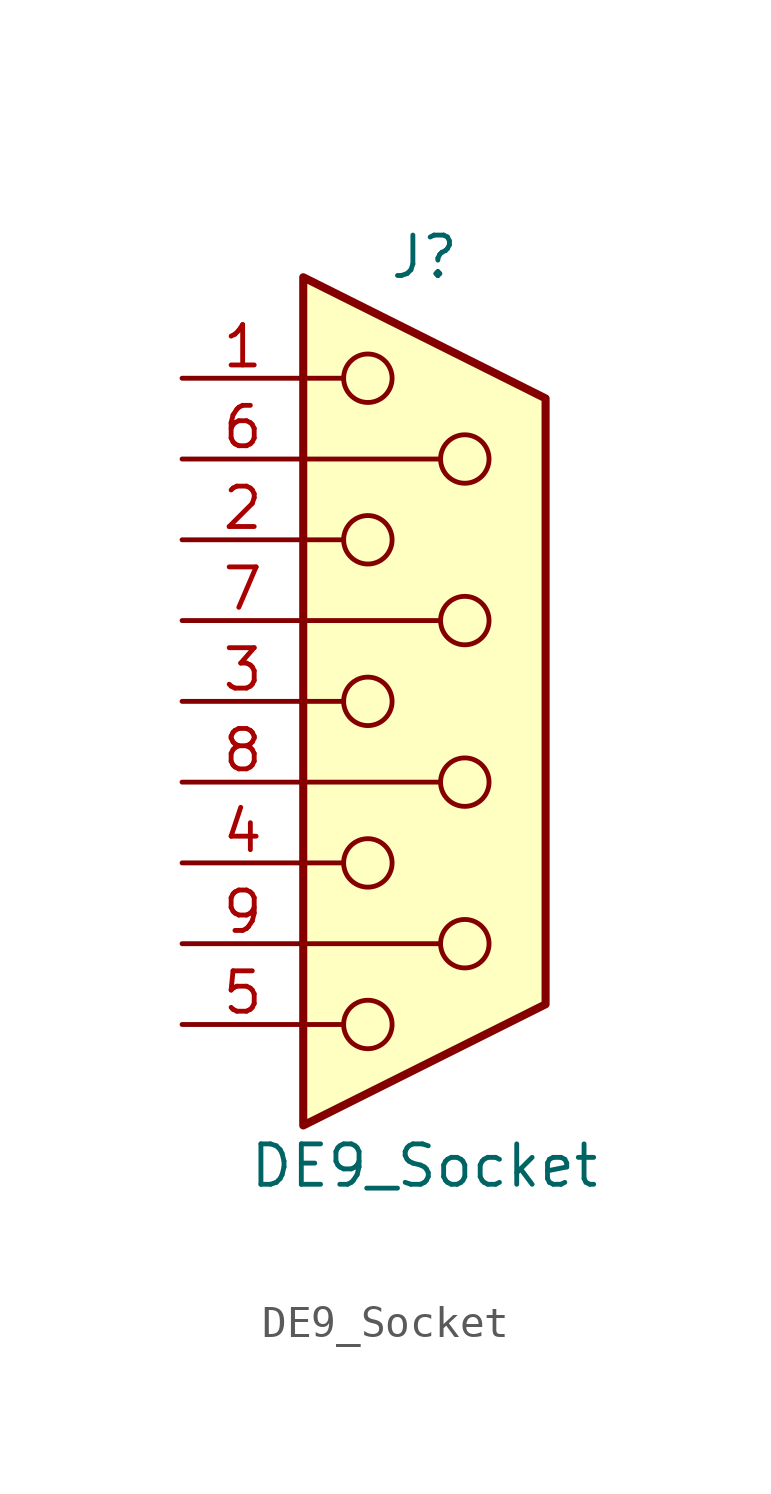
<source format=kicad_sym>
(kicad_symbol_lib
  (version 20241209)
  (generator "kicad_symbol_editor")
  (generator_version "9.0")
  (symbol "DE9_Socket"
    (pin_names
      (offset 1.016)
      (hide yes))
    (property "Reference" "J"
      (at 0 13.97 0)
      (effects (font (size 1.27 1.27))))
    (property "Value" "DE9_Socket"
      (at 0 -14.605 0)
      (effects (font (size 1.27 1.27))))
    (symbol "DE9_Socket_0_1"
      (polyline (pts (xy -3.81 13.335) (xy -3.81 -13.335) (xy 3.81 -9.525) (xy 3.81 9.525) (xy -3.81 13.335)) (stroke (width 0.254) (type default)) (fill (type background)))
      (polyline (pts (xy -3.81 10.16) (xy -2.54 10.16)) (stroke (width 0) (type default)) (fill (type none)))
      (polyline (pts (xy -3.81 7.62) (xy 0.508 7.62)) (stroke (width 0) (type default)) (fill (type none)))
      (polyline (pts (xy -3.81 5.08) (xy -2.54 5.08)) (stroke (width 0) (type default)) (fill (type none)))
      (polyline (pts (xy -3.81 2.54) (xy 0.508 2.54)) (stroke (width 0) (type default)) (fill (type none)))
      (polyline (pts (xy -3.81 0) (xy -2.54 0)) (stroke (width 0) (type default)) (fill (type none)))
      (polyline (pts (xy -3.81 -2.54) (xy 0.508 -2.54)) (stroke (width 0) (type default)) (fill (type none)))
      (polyline (pts (xy -3.81 -5.08) (xy -2.54 -5.08)) (stroke (width 0) (type default)) (fill (type none)))
      (polyline (pts (xy -3.81 -7.62) (xy 0.508 -7.62)) (stroke (width 0) (type default)) (fill (type none)))
      (polyline (pts (xy -3.81 -10.16) (xy -2.54 -10.16)) (stroke (width 0) (type default)) (fill (type none)))
      (circle (center -1.778 10.16) (radius 0.762) (stroke (width 0) (type default)) (fill (type none)))
      (circle (center -1.778 5.08) (radius 0.762) (stroke (width 0) (type default)) (fill (type none)))
      (circle (center -1.778 0) (radius 0.762) (stroke (width 0) (type default)) (fill (type none)))
      (circle (center -1.778 -5.08) (radius 0.762) (stroke (width 0) (type default)) (fill (type none)))
      (circle (center -1.778 -10.16) (radius 0.762) (stroke (width 0) (type default)) (fill (type none)))
      (circle (center 1.27 7.62) (radius 0.762) (stroke (width 0) (type default)) (fill (type none)))
      (circle (center 1.27 2.54) (radius 0.762) (stroke (width 0) (type default)) (fill (type none)))
      (circle (center 1.27 -2.54) (radius 0.762) (stroke (width 0) (type default)) (fill (type none)))
      (circle (center 1.27 -7.62) (radius 0.762) (stroke (width 0) (type default)) (fill (type none))))
    (symbol "DE9_Socket_1_1"
      (pin passive line (at -7.62 10.16 0) (length 3.81) (name "1" (effects (font (size 1.27 1.27)))) (number "1" (effects (font (size 1.27 1.27)))))
      (pin passive line (at -7.62 7.62 0) (length 3.81) (name "6" (effects (font (size 1.27 1.27)))) (number "6" (effects (font (size 1.27 1.27)))))
      (pin passive line (at -7.62 5.08 0) (length 3.81) (name "2" (effects (font (size 1.27 1.27)))) (number "2" (effects (font (size 1.27 1.27)))))
      (pin passive line (at -7.62 2.54 0) (length 3.81) (name "7" (effects (font (size 1.27 1.27)))) (number "7" (effects (font (size 1.27 1.27)))))
      (pin passive line (at -7.62 0 0) (length 3.81) (name "3" (effects (font (size 1.27 1.27)))) (number "3" (effects (font (size 1.27 1.27)))))
      (pin passive line (at -7.62 -2.54 0) (length 3.81) (name "8" (effects (font (size 1.27 1.27)))) (number "8" (effects (font (size 1.27 1.27)))))
      (pin passive line (at -7.62 -5.08 0) (length 3.81) (name "4" (effects (font (size 1.27 1.27)))) (number "4" (effects (font (size 1.27 1.27)))))
      (pin passive line (at -7.62 -7.62 0) (length 3.81) (name "9" (effects (font (size 1.27 1.27)))) (number "9" (effects (font (size 1.27 1.27)))))
      (pin passive line (at -7.62 -10.16 0) (length 3.81) (name "5" (effects (font (size 1.27 1.27)))) (number "5" (effects (font (size 1.27 1.27))))))))
</source>
